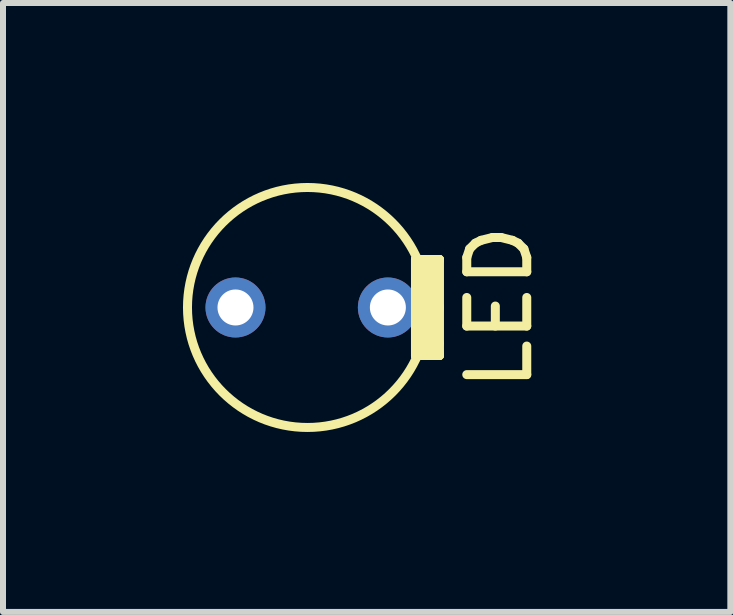
<source format=kicad_pcb>
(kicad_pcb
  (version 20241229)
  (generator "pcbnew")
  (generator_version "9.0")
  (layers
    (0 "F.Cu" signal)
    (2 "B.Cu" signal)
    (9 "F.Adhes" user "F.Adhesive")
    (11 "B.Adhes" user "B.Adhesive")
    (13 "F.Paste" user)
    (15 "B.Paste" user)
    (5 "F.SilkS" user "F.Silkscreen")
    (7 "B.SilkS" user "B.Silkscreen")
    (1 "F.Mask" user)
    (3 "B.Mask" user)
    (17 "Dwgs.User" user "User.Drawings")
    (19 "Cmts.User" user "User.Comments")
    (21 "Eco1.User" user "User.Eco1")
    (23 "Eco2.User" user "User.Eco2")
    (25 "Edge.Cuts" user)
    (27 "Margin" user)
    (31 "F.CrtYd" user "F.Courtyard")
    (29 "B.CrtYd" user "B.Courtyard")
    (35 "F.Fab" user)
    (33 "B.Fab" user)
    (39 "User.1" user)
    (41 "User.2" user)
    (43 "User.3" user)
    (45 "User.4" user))
  (footprint "LED"
    (layer "F.Cu")
    (at 0.875 2.075)
    (property "Reference" "LED" (at 4.4 0 90) (layer "F.SilkS") (effects (font (size 1 1) (thickness 0.15))))
    (attr through_hole)
    (fp_line (start 3 -0.8) (end 3 0.8) (stroke (width 0.15) (type solid)) (layer "F.SilkS"))
    (fp_line (start 3 -0.8) (end 3.4 0.8) (stroke (width 0.15) (type solid)) (layer "F.SilkS"))
    (fp_line (start 3 0) (end 3.2 0.8) (stroke (width 0.15) (type solid)) (layer "F.SilkS"))
    (fp_line (start 3 0.8) (end 3.4 -0.8) (stroke (width 0.15) (type solid)) (layer "F.SilkS"))
    (fp_line (start 3 0.8) (end 3.4 0.6) (stroke (width 0.15) (type solid)) (layer "F.SilkS"))
    (fp_line (start 3 0.8) (end 3.4 0.8) (stroke (width 0.15) (type solid)) (layer "F.SilkS"))
    (fp_line (start 3.2 -0.8) (end 3 -0.8) (stroke (width 0.15) (type solid)) (layer "F.SilkS"))
    (fp_line (start 3.2 -0.8) (end 3 0.8) (stroke (width 0.15) (type solid)) (layer "F.SilkS"))
    (fp_line (start 3.2 0.8) (end 3.4 0) (stroke (width 0.15) (type solid)) (layer "F.SilkS"))
    (fp_line (start 3.4 -0.8) (end 3 -0.8) (stroke (width 0.15) (type solid)) (layer "F.SilkS"))
    (fp_line (start 3.4 -0.8) (end 3 0) (stroke (width 0.15) (type solid)) (layer "F.SilkS"))
    (fp_line (start 3.4 0) (end 3.2 -0.8) (stroke (width 0.15) (type solid)) (layer "F.SilkS"))
    (fp_line (start 3.4 0.8) (end 3.2 -0.8) (stroke (width 0.15) (type solid)) (layer "F.SilkS"))
    (fp_line (start 3.4 0.8) (end 3.4 -0.8) (stroke (width 0.15) (type solid)) (layer "F.SilkS"))
    (fp_circle (center 1.2 0) (end -0.8 0) (stroke (width 0.15) (type solid)) (fill no) (layer "F.SilkS"))
    (pad "1" thru_hole circle (at 2.54 0) (size 1 1) (drill 0.6) (layers "*.Cu" "*.Mask"))
    (pad "2" thru_hole circle (at 0 0) (size 1 1) (drill 0.6) (layers "*.Cu" "*.Mask")))
  (gr_rect
    (start -3 -3)
    (end 9.123 7.15)
    (stroke (width 0.1) (type default))
    (fill no)
    (layer "Edge.Cuts")))
</source>
